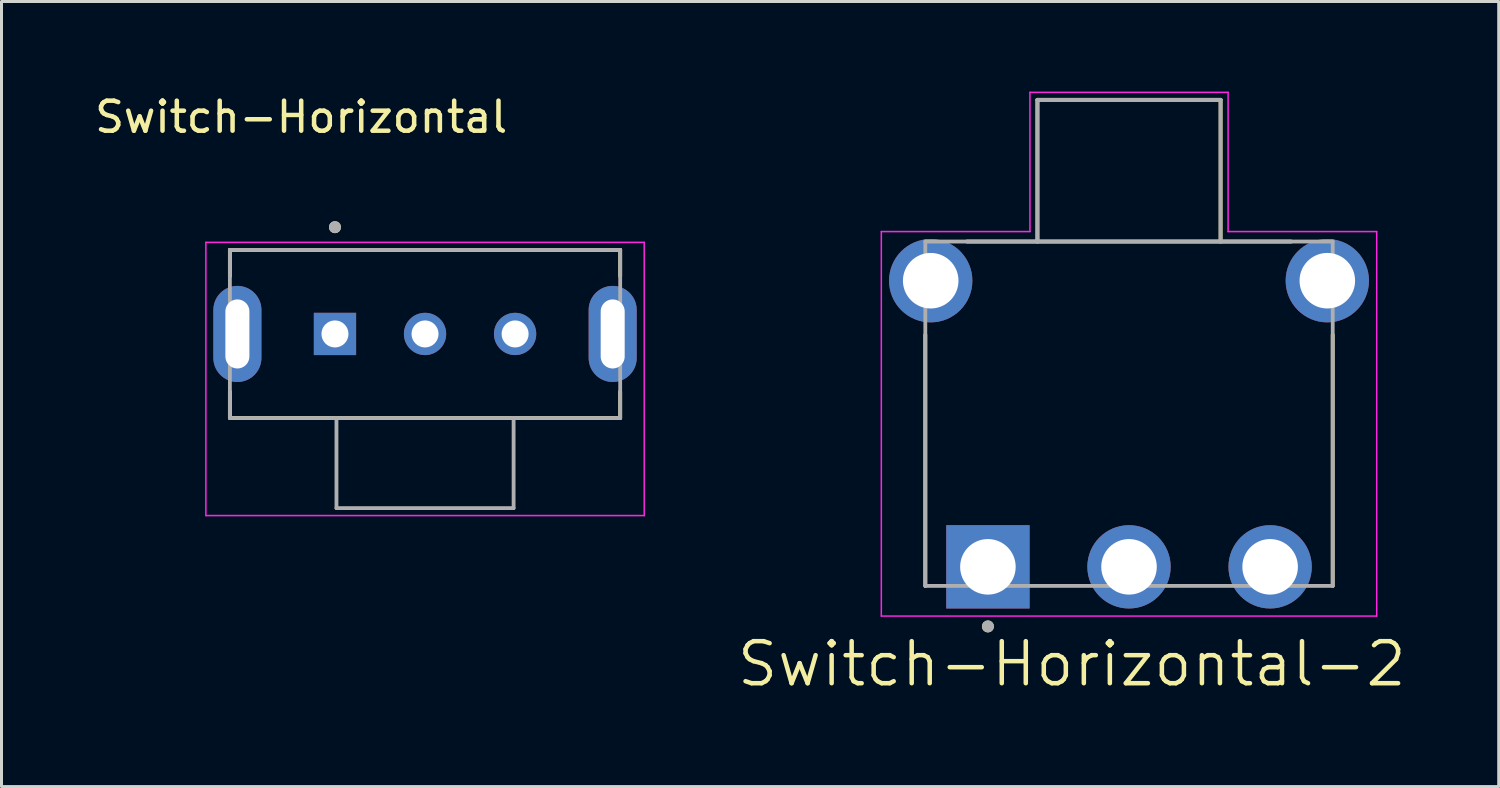
<source format=kicad_pcb>
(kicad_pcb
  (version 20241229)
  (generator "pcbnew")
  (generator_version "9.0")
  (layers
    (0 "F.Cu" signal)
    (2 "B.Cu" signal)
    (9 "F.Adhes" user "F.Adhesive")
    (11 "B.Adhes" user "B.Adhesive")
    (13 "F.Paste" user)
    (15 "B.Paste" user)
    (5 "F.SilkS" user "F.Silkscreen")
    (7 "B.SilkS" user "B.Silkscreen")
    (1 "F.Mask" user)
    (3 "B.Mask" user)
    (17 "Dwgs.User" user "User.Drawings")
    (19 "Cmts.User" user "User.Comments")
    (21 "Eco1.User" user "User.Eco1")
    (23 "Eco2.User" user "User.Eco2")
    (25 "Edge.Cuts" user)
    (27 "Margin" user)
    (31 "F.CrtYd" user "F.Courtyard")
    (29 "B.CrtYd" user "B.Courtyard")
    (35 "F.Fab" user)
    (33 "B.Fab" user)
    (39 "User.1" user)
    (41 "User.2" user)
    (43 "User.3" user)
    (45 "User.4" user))
  (footprint "Switch-Horizontal"
    (layer "F.Cu")
    (at 11.107 8.073)
    (property "Reference" "Switch-Horizontal" (at -4.125 -7.225 0) (layer "F.SilkS") (effects (font (size 1 1) (thickness 0.15))))
    (attr through_hole)
    (fp_line (start -6.5 -2.8) (end 6.5 -2.8) (stroke (width 0.127) (type solid)) (layer "F.SilkS"))
    (fp_line (start -6.5 -1.92) (end -6.5 -2.8) (stroke (width 0.127) (type solid)) (layer "F.SilkS"))
    (fp_line (start -6.5 2.8) (end -6.5 1.92) (stroke (width 0.127) (type solid)) (layer "F.SilkS"))
    (fp_line (start -2.95 2.8) (end -6.5 2.8) (stroke (width 0.127) (type solid)) (layer "F.SilkS"))
    (fp_line (start 2.95 2.8) (end -2.95 2.8) (stroke (width 0.127) (type solid)) (layer "F.SilkS"))
    (fp_line (start 6.5 -2.8) (end 6.5 -1.92) (stroke (width 0.127) (type solid)) (layer "F.SilkS"))
    (fp_line (start 6.5 2.8) (end 2.95 2.8) (stroke (width 0.127) (type solid)) (layer "F.SilkS"))
    (fp_line (start 6.5 2.8) (end 6.5 1.92) (stroke (width 0.127) (type solid)) (layer "F.SilkS"))
    (fp_circle (center -3 -3.556) (end -2.9 -3.556) (stroke (width 0.2) (type solid)) (fill no) (layer "F.SilkS"))
    (fp_line (start -7.3 -3.05) (end -7.3 6.05) (stroke (width 0.05) (type solid)) (layer "F.CrtYd"))
    (fp_line (start -7.3 6.05) (end 7.3 6.05) (stroke (width 0.05) (type solid)) (layer "F.CrtYd"))
    (fp_line (start 7.3 -3.05) (end -7.3 -3.05) (stroke (width 0.05) (type solid)) (layer "F.CrtYd"))
    (fp_line (start 7.3 6.05) (end 7.3 -3.05) (stroke (width 0.05) (type solid)) (layer "F.CrtYd"))
    (fp_line (start -6.5 -2.8) (end 6.5 -2.8) (stroke (width 0.127) (type solid)) (layer "F.Fab"))
    (fp_line (start -6.5 2.8) (end -6.5 -2.8) (stroke (width 0.127) (type solid)) (layer "F.Fab"))
    (fp_line (start -2.95 2.8) (end -6.5 2.8) (stroke (width 0.127) (type solid)) (layer "F.Fab"))
    (fp_line (start -2.95 2.8) (end -2.95 5.8) (stroke (width 0.127) (type solid)) (layer "F.Fab"))
    (fp_line (start -2.95 5.8) (end 2.95 5.8) (stroke (width 0.127) (type solid)) (layer "F.Fab"))
    (fp_line (start 2.95 2.8) (end -2.95 2.8) (stroke (width 0.127) (type solid)) (layer "F.Fab"))
    (fp_line (start 2.95 5.8) (end 2.95 2.8) (stroke (width 0.127) (type solid)) (layer "F.Fab"))
    (fp_line (start 6.5 -2.8) (end 6.5 2.8) (stroke (width 0.127) (type solid)) (layer "F.Fab"))
    (fp_line (start 6.5 2.8) (end 2.95 2.8) (stroke (width 0.127) (type solid)) (layer "F.Fab"))
    (fp_circle (center -3 -3.556) (end -2.9 -3.556) (stroke (width 0.2) (type solid)) (fill no) (layer "F.Fab"))
    (pad "1" thru_hole rect (at -3 0) (size 1.408 1.408) (drill 0.9) (layers "*.Cu" "*.Mask"))
    (pad "2" thru_hole circle (at 0 0) (size 1.408 1.408) (drill 0.9) (layers "*.Cu" "*.Mask"))
    (pad "3" thru_hole circle (at 3 0) (size 1.408 1.408) (drill 0.9) (layers "*.Cu" "*.Mask"))
    (pad "SH1" thru_hole oval (at -6.25 0) (size 1.6 3.2) (drill oval 0.8 2.3) (layers "*.Cu" "*.Mask"))
    (pad "SH2" thru_hole oval (at 6.25 0) (size 1.6 3.2) (drill oval 0.8 2.3) (layers "*.Cu" "*.Mask")))
  (footprint "Switch-Horizontal-2"
    (layer "F.Cu")
    (at 34.555 11.065)
    (property "Reference" "Switch-Horizontal-2" (at -1.905 8.001 0) (layer "F.SilkS") (effects (font (size 1.4 1.4) (thickness 0.15))))
    (attr through_hole)
    (fp_line (start -6.785 -2.964) (end -6.785 5.4) (stroke (width 0.127) (type solid)) (layer "F.SilkS"))
    (fp_line (start -5.4 -6.07) (end 5.4 -6.07) (stroke (width 0.127) (type solid)) (layer "F.SilkS"))
    (fp_line (start -3.05 -10.79) (end 3.05 -10.79) (stroke (width 0.127) (type solid)) (layer "F.SilkS"))
    (fp_line (start -3.05 -6.075) (end -3.05 -10.79) (stroke (width 0.127) (type solid)) (layer "F.SilkS"))
    (fp_line (start 3.05 -10.79) (end 3.05 -6.075) (stroke (width 0.127) (type solid)) (layer "F.SilkS"))
    (fp_line (start 6.785 -2.964) (end 6.785 5.4) (stroke (width 0.127) (type solid)) (layer "F.SilkS"))
    (fp_circle (center -4.7 6.75) (end -4.6 6.75) (stroke (width 0.2) (type solid)) (fill no) (layer "F.SilkS"))
    (fp_line (start -8.25 -6.402) (end -8.25 6.405) (stroke (width 0.05) (type solid)) (layer "F.CrtYd"))
    (fp_line (start -8.25 6.405) (end 8.25 6.405) (stroke (width 0.05) (type solid)) (layer "F.CrtYd"))
    (fp_line (start -3.3 -11.04) (end -3.3 -6.402) (stroke (width 0.05) (type solid)) (layer "F.CrtYd"))
    (fp_line (start -3.3 -6.402) (end -8.25 -6.402) (stroke (width 0.05) (type solid)) (layer "F.CrtYd"))
    (fp_line (start 3.3 -11.04) (end -3.3 -11.04) (stroke (width 0.05) (type solid)) (layer "F.CrtYd"))
    (fp_line (start 3.3 -6.402) (end 3.3 -11.04) (stroke (width 0.05) (type solid)) (layer "F.CrtYd"))
    (fp_line (start 8.25 -6.402) (end 3.3 -6.402) (stroke (width 0.05) (type solid)) (layer "F.CrtYd"))
    (fp_line (start 8.25 6.405) (end 8.25 -6.402) (stroke (width 0.05) (type solid)) (layer "F.CrtYd"))
    (fp_line (start -6.785 -6.07) (end -6.785 5.4) (stroke (width 0.127) (type solid)) (layer "F.Fab"))
    (fp_line (start -6.785 5.4) (end 6.785 5.4) (stroke (width 0.127) (type solid)) (layer "F.Fab"))
    (fp_line (start -3.05 -10.79) (end 3.05 -10.79) (stroke (width 0.127) (type solid)) (layer "F.Fab"))
    (fp_line (start -3.05 -6.07) (end -6.785 -6.07) (stroke (width 0.127) (type solid)) (layer "F.Fab"))
    (fp_line (start -3.05 -6.07) (end -3.05 -10.79) (stroke (width 0.127) (type solid)) (layer "F.Fab"))
    (fp_line (start 3.05 -10.79) (end 3.05 -6.07) (stroke (width 0.127) (type solid)) (layer "F.Fab"))
    (fp_line (start 3.05 -6.07) (end -3.05 -6.07) (stroke (width 0.127) (type solid)) (layer "F.Fab"))
    (fp_line (start 6.785 -6.07) (end 3.05 -6.07) (stroke (width 0.127) (type solid)) (layer "F.Fab"))
    (fp_line (start 6.785 5.4) (end 6.785 -6.07) (stroke (width 0.127) (type solid)) (layer "F.Fab"))
    (fp_circle (center -4.7 6.75) (end -4.6 6.75) (stroke (width 0.2) (type solid)) (fill no) (layer "F.Fab"))
    (pad "1" thru_hole rect (at -4.7 4.765) (size 2.775 2.775) (drill 1.85) (layers "*.Cu" "*.Mask"))
    (pad "2" thru_hole circle (at 0 4.765) (size 2.775 2.775) (drill 1.85) (layers "*.Cu" "*.Mask"))
    (pad "3" thru_hole circle (at 4.7 4.765) (size 2.775 2.775) (drill 1.85) (layers "*.Cu" "*.Mask"))
    (pad "S1" thru_hole circle (at -6.605 -4.765) (size 2.775 2.775) (drill 1.85) (layers "*.Cu" "*.Mask"))
    (pad "S2" thru_hole circle (at 6.605 -4.765) (size 2.775 2.775) (drill 1.85) (layers "*.Cu" "*.Mask")))
  (gr_rect
    (start -3 -3)
    (end 46.869 23.148)
    (stroke (width 0.1) (type default))
    (fill no)
    (layer "Edge.Cuts")))
</source>
